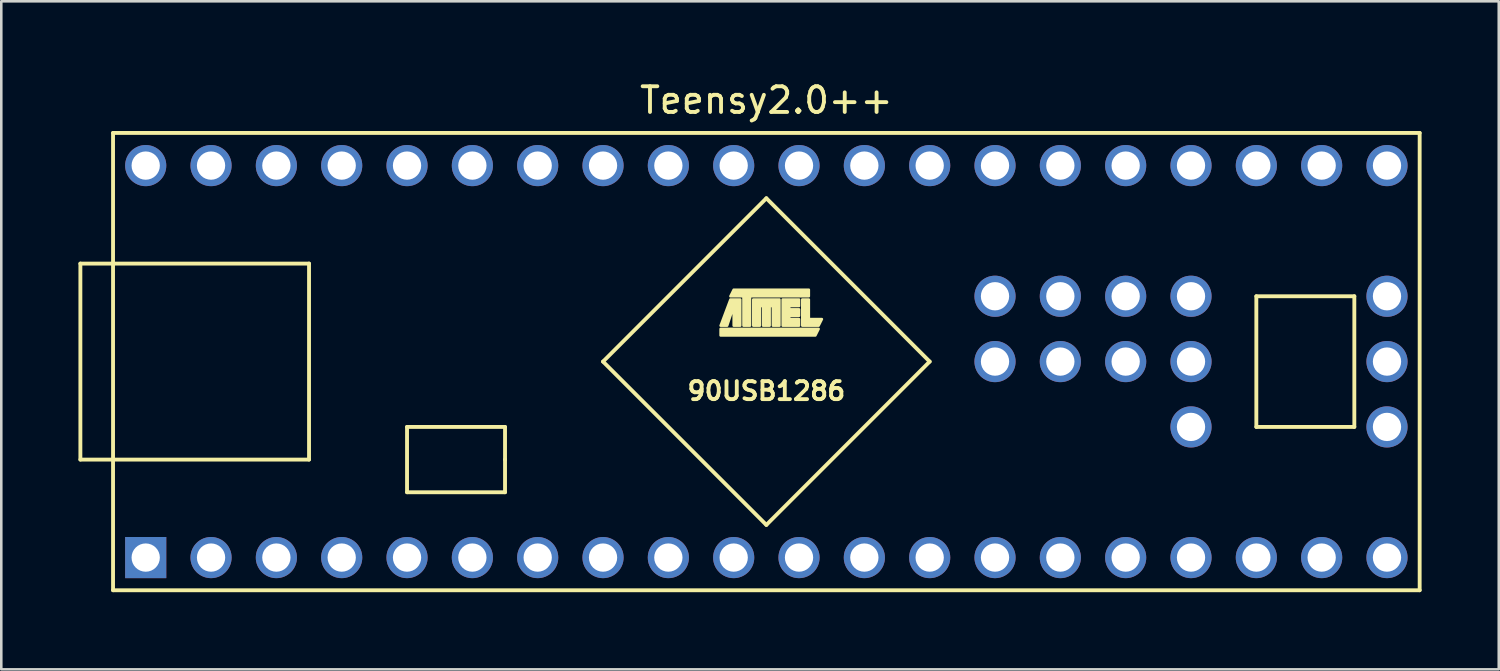
<source format=kicad_pcb>
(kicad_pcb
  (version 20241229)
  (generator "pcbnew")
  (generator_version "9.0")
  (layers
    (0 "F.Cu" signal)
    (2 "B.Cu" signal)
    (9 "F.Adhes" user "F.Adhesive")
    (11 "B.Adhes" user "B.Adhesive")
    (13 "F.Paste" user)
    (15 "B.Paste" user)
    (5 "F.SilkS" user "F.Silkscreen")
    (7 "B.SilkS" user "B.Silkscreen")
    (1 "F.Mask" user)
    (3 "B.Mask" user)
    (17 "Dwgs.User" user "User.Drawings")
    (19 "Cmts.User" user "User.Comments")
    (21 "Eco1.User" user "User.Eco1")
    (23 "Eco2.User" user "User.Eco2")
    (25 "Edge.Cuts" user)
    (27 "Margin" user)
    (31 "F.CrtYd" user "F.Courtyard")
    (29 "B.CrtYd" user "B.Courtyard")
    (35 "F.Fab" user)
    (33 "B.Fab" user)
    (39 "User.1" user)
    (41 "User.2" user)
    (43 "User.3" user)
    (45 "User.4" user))
  (footprint "Teensy2.0++"
    (layer "F.Cu")
    (at 26.745 11.008)
    (property "Reference" "Teensy2.0++" (at 0 -10.16 0) (layer "F.SilkS") (effects (font (size 1 1) (thickness 0.15))))
    (attr through_hole)
    (fp_line (start -26.67 -3.81) (end -26.67 3.81) (stroke (width 0.15) (type solid)) (layer "F.SilkS"))
    (fp_line (start -25.4 -8.89) (end 25.4 -8.89) (stroke (width 0.15) (type solid)) (layer "F.SilkS"))
    (fp_line (start -25.4 8.89) (end -25.4 -8.89) (stroke (width 0.15) (type solid)) (layer "F.SilkS"))
    (fp_line (start -17.78 -3.81) (end -26.67 -3.81) (stroke (width 0.15) (type solid)) (layer "F.SilkS"))
    (fp_line (start -17.78 3.81) (end -26.67 3.81) (stroke (width 0.15) (type solid)) (layer "F.SilkS"))
    (fp_line (start -17.78 3.81) (end -17.78 -3.81) (stroke (width 0.15) (type solid)) (layer "F.SilkS"))
    (fp_line (start -13.97 2.54) (end -13.97 5.08) (stroke (width 0.15) (type solid)) (layer "F.SilkS"))
    (fp_line (start -13.97 5.08) (end -10.16 5.08) (stroke (width 0.15) (type solid)) (layer "F.SilkS"))
    (fp_line (start -10.16 2.54) (end -13.97 2.54) (stroke (width 0.15) (type solid)) (layer "F.SilkS"))
    (fp_line (start -10.16 3.81) (end -10.16 2.54) (stroke (width 0.15) (type solid)) (layer "F.SilkS"))
    (fp_line (start -10.16 5.08) (end -10.16 3.81) (stroke (width 0.15) (type solid)) (layer "F.SilkS"))
    (fp_line (start -6.35 0) (end 0 -6.35) (stroke (width 0.15) (type solid)) (layer "F.SilkS"))
    (fp_line (start 0 -6.35) (end 6.35 0) (stroke (width 0.15) (type solid)) (layer "F.SilkS"))
    (fp_line (start 0 6.35) (end -6.35 0) (stroke (width 0.15) (type solid)) (layer "F.SilkS"))
    (fp_line (start 6.35 0) (end 0 6.35) (stroke (width 0.15) (type solid)) (layer "F.SilkS"))
    (fp_line (start 19.05 -2.54) (end 22.86 -2.54) (stroke (width 0.15) (type solid)) (layer "F.SilkS"))
    (fp_line (start 19.05 2.54) (end 19.05 -2.54) (stroke (width 0.15) (type solid)) (layer "F.SilkS"))
    (fp_line (start 22.86 -2.54) (end 22.86 2.54) (stroke (width 0.15) (type solid)) (layer "F.SilkS"))
    (fp_line (start 22.86 2.54) (end 19.05 2.54) (stroke (width 0.15) (type solid)) (layer "F.SilkS"))
    (fp_line (start 25.4 -8.89) (end 25.4 8.89) (stroke (width 0.15) (type solid)) (layer "F.SilkS"))
    (fp_line (start 25.4 8.89) (end -25.4 8.89) (stroke (width 0.15) (type solid)) (layer "F.SilkS"))
    (fp_poly (pts (xy -1.778 -1.27) (xy 2.032 -1.27) (xy 1.905 -1.016) (xy -1.778 -1.016)) (stroke (width 0.1) (type solid)) (fill yes) (layer "F.SilkS"))
    (fp_poly (pts (xy 1.397 -2.413) (xy 1.397 -1.397) (xy 2.032 -1.397) (xy 2.159 -1.651) (xy 1.651 -1.651) (xy 1.651 -2.413)) (stroke (width 0.1) (type solid)) (fill yes) (layer "F.SilkS"))
    (fp_poly (pts (xy -1.016 -1.397) (xy -1.016 -2.413) (xy -1.397 -2.413) (xy -1.778 -1.397) (xy -1.524 -1.397) (xy -1.27 -2.159) (xy -1.27 -1.397)) (stroke (width 0.1) (type solid)) (fill yes) (layer "F.SilkS"))
    (fp_poly (pts (xy 1.651 -2.54) (xy -0.635 -2.54) (xy -0.635 -1.397) (xy -0.889 -1.397) (xy -0.889 -2.54) (xy -1.397 -2.54) (xy -1.27 -2.794) (xy 1.651 -2.794)) (stroke (width 0.1) (type solid)) (fill yes) (layer "F.SilkS"))
    (fp_poly (pts (xy 0.508 -1.397) (xy 0.508 -2.413) (xy -0.508 -2.413) (xy -0.508 -1.397) (xy -0.254 -1.397) (xy -0.254 -2.159) (xy -0.127 -2.159) (xy -0.127 -1.397) (xy 0.127 -1.397) (xy 0.127 -2.159) (xy 0.254 -2.159) (xy 0.254 -1.397)) (stroke (width 0.1) (type solid)) (fill yes) (layer "F.SilkS"))
    (fp_poly (pts (xy 0.635 -2.413) (xy 1.27 -2.413) (xy 1.27 -2.159) (xy 0.889 -2.159) (xy 0.889 -2.032) (xy 1.27 -2.032) (xy 1.27 -1.778) (xy 0.889 -1.778) (xy 0.889 -1.651) (xy 1.27 -1.651) (xy 1.27 -1.397) (xy 0.635 -1.397)) (stroke (width 0.1) (type solid)) (fill yes) (layer "F.SilkS"))
    (fp_text user "90USB1286" (at 0 1.143 0) (layer "F.SilkS") (effects (font (size 0.7 0.7) (thickness 0.15))))
    (pad "1" thru_hole rect (at -24.13 7.62) (size 1.6 1.6) (drill 1.1) (layers "*.Cu" "*.Mask"))
    (pad "2" thru_hole circle (at -21.59 7.62) (size 1.6 1.6) (drill 1.1) (layers "*.Cu" "*.Mask"))
    (pad "3" thru_hole circle (at -19.05 7.62) (size 1.6 1.6) (drill 1.1) (layers "*.Cu" "*.Mask"))
    (pad "4" thru_hole circle (at -16.51 7.62) (size 1.6 1.6) (drill 1.1) (layers "*.Cu" "*.Mask"))
    (pad "5" thru_hole circle (at -13.97 7.62) (size 1.6 1.6) (drill 1.1) (layers "*.Cu" "*.Mask"))
    (pad "6" thru_hole circle (at -11.43 7.62) (size 1.6 1.6) (drill 1.1) (layers "*.Cu" "*.Mask"))
    (pad "7" thru_hole circle (at -8.89 7.62) (size 1.6 1.6) (drill 1.1) (layers "*.Cu" "*.Mask"))
    (pad "8" thru_hole circle (at -6.35 7.62) (size 1.6 1.6) (drill 1.1) (layers "*.Cu" "*.Mask"))
    (pad "9" thru_hole circle (at -3.81 7.62) (size 1.6 1.6) (drill 1.1) (layers "*.Cu" "*.Mask"))
    (pad "10" thru_hole circle (at -1.27 7.62) (size 1.6 1.6) (drill 1.1) (layers "*.Cu" "*.Mask"))
    (pad "11" thru_hole circle (at 1.27 7.62) (size 1.6 1.6) (drill 1.1) (layers "*.Cu" "*.Mask"))
    (pad "12" thru_hole circle (at 3.81 7.62) (size 1.6 1.6) (drill 1.1) (layers "*.Cu" "*.Mask"))
    (pad "13" thru_hole circle (at 6.35 7.62) (size 1.6 1.6) (drill 1.1) (layers "*.Cu" "*.Mask"))
    (pad "14" thru_hole circle (at 8.89 7.62) (size 1.6 1.6) (drill 1.1) (layers "*.Cu" "*.Mask"))
    (pad "15" thru_hole circle (at 11.43 7.62) (size 1.6 1.6) (drill 1.1) (layers "*.Cu" "*.Mask"))
    (pad "16" thru_hole circle (at 13.97 7.62) (size 1.6 1.6) (drill 1.1) (layers "*.Cu" "*.Mask"))
    (pad "17" thru_hole circle (at 16.51 7.62) (size 1.6 1.6) (drill 1.1) (layers "*.Cu" "*.Mask"))
    (pad "18" thru_hole circle (at 19.05 7.62) (size 1.6 1.6) (drill 1.1) (layers "*.Cu" "*.Mask"))
    (pad "19" thru_hole circle (at 21.59 7.62) (size 1.6 1.6) (drill 1.1) (layers "*.Cu" "*.Mask"))
    (pad "20" thru_hole circle (at 24.13 7.62) (size 1.6 1.6) (drill 1.1) (layers "*.Cu" "*.Mask"))
    (pad "21" thru_hole circle (at 24.13 2.54) (size 1.6 1.6) (drill 1.1) (layers "*.Cu" "*.Mask"))
    (pad "22" thru_hole circle (at 24.13 0) (size 1.6 1.6) (drill 1.1) (layers "*.Cu" "*.Mask"))
    (pad "23" thru_hole circle (at 24.13 -2.54) (size 1.6 1.6) (drill 1.1) (layers "*.Cu" "*.Mask"))
    (pad "24" thru_hole circle (at 24.13 -7.62) (size 1.6 1.6) (drill 1.1) (layers "*.Cu" "*.Mask"))
    (pad "25" thru_hole circle (at 21.59 -7.62) (size 1.6 1.6) (drill 1.1) (layers "*.Cu" "*.Mask"))
    (pad "26" thru_hole circle (at 19.05 -7.62) (size 1.6 1.6) (drill 1.1) (layers "*.Cu" "*.Mask"))
    (pad "27" thru_hole circle (at 16.51 -7.62) (size 1.6 1.6) (drill 1.1) (layers "*.Cu" "*.Mask"))
    (pad "28" thru_hole circle (at 13.97 -7.62) (size 1.6 1.6) (drill 1.1) (layers "*.Cu" "*.Mask"))
    (pad "29" thru_hole circle (at 11.43 -7.62) (size 1.6 1.6) (drill 1.1) (layers "*.Cu" "*.Mask"))
    (pad "30" thru_hole circle (at 8.89 -7.62) (size 1.6 1.6) (drill 1.1) (layers "*.Cu" "*.Mask"))
    (pad "31" thru_hole circle (at 6.35 -7.62) (size 1.6 1.6) (drill 1.1) (layers "*.Cu" "*.Mask"))
    (pad "32" thru_hole circle (at 3.81 -7.62) (size 1.6 1.6) (drill 1.1) (layers "*.Cu" "*.Mask"))
    (pad "33" thru_hole circle (at 1.27 -7.62) (size 1.6 1.6) (drill 1.1) (layers "*.Cu" "*.Mask"))
    (pad "34" thru_hole circle (at -1.27 -7.62) (size 1.6 1.6) (drill 1.1) (layers "*.Cu" "*.Mask"))
    (pad "35" thru_hole circle (at -3.81 -7.62) (size 1.6 1.6) (drill 1.1) (layers "*.Cu" "*.Mask"))
    (pad "36" thru_hole circle (at -6.35 -7.62) (size 1.6 1.6) (drill 1.1) (layers "*.Cu" "*.Mask"))
    (pad "37" thru_hole circle (at -8.89 -7.62) (size 1.6 1.6) (drill 1.1) (layers "*.Cu" "*.Mask"))
    (pad "38" thru_hole circle (at -11.43 -7.62) (size 1.6 1.6) (drill 1.1) (layers "*.Cu" "*.Mask"))
    (pad "39" thru_hole circle (at -13.97 -7.62) (size 1.6 1.6) (drill 1.1) (layers "*.Cu" "*.Mask"))
    (pad "40" thru_hole circle (at -16.51 -7.62) (size 1.6 1.6) (drill 1.1) (layers "*.Cu" "*.Mask"))
    (pad "41" thru_hole circle (at -19.05 -7.62) (size 1.6 1.6) (drill 1.1) (layers "*.Cu" "*.Mask"))
    (pad "42" thru_hole circle (at -21.59 -7.62) (size 1.6 1.6) (drill 1.1) (layers "*.Cu" "*.Mask"))
    (pad "43" thru_hole circle (at -24.13 -7.62) (size 1.6 1.6) (drill 1.1) (layers "*.Cu" "*.Mask"))
    (pad "44" thru_hole circle (at 8.89 -2.54) (size 1.6 1.6) (drill 1.1) (layers "*.Cu" "*.Mask"))
    (pad "45" thru_hole circle (at 11.43 -2.54) (size 1.6 1.6) (drill 1.1) (layers "*.Cu" "*.Mask"))
    (pad "46" thru_hole circle (at 13.97 -2.54) (size 1.6 1.6) (drill 1.1) (layers "*.Cu" "*.Mask"))
    (pad "47" thru_hole circle (at 16.51 -2.54) (size 1.6 1.6) (drill 1.1) (layers "*.Cu" "*.Mask"))
    (pad "48" thru_hole circle (at 8.89 0) (size 1.6 1.6) (drill 1.1) (layers "*.Cu" "*.Mask"))
    (pad "49" thru_hole circle (at 11.43 0) (size 1.6 1.6) (drill 1.1) (layers "*.Cu" "*.Mask"))
    (pad "50" thru_hole circle (at 13.97 0) (size 1.6 1.6) (drill 1.1) (layers "*.Cu" "*.Mask"))
    (pad "51" thru_hole circle (at 16.51 0) (size 1.6 1.6) (drill 1.1) (layers "*.Cu" "*.Mask"))
    (pad "52" thru_hole circle (at 16.51 2.54) (size 1.6 1.6) (drill 1.1) (layers "*.Cu" "*.Mask")))
  (gr_rect
    (start -3 -3)
    (end 55.22 22.973)
    (stroke (width 0.1) (type default))
    (fill no)
    (layer "Edge.Cuts")))
</source>
